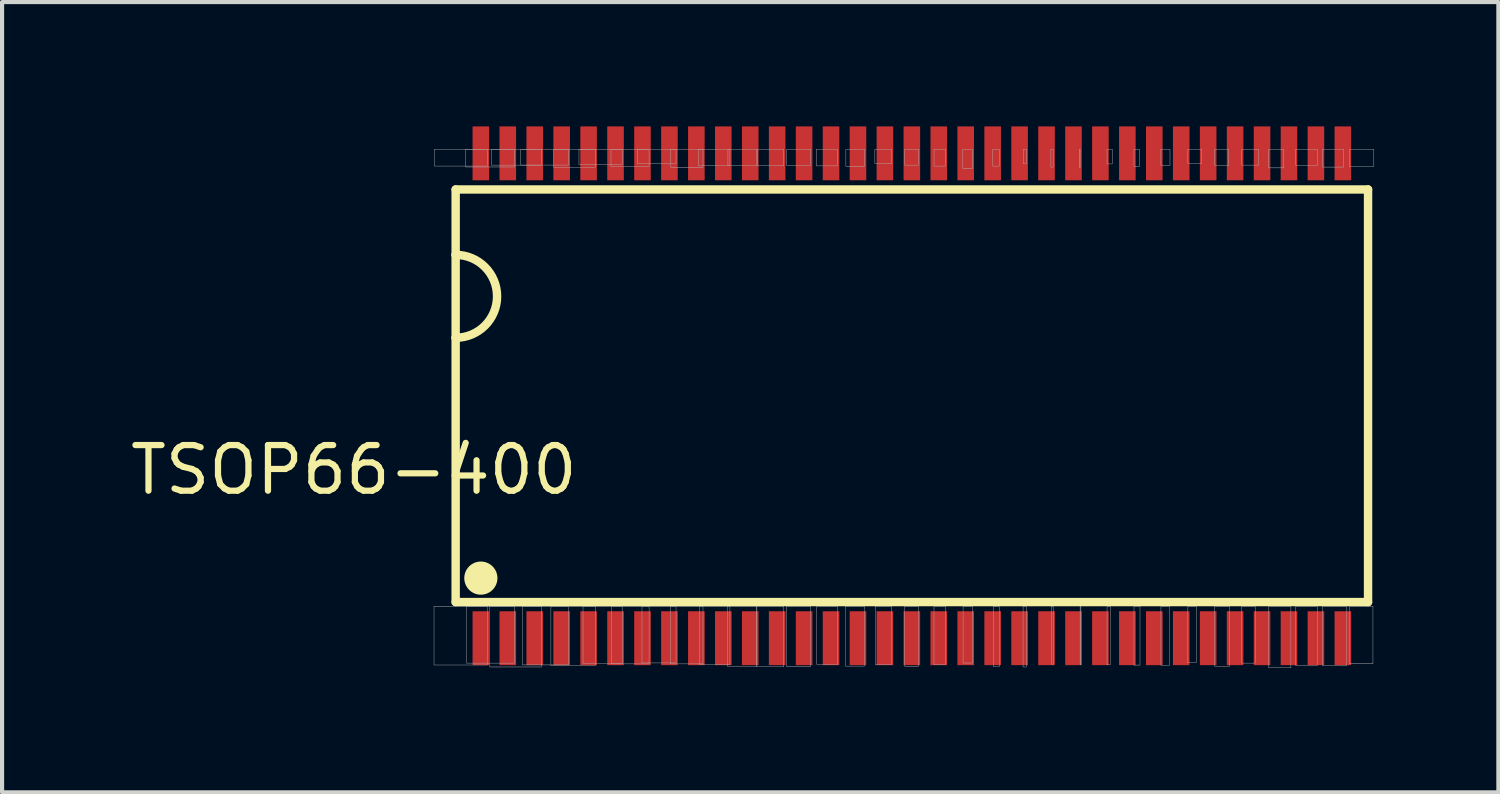
<source format=kicad_pcb>
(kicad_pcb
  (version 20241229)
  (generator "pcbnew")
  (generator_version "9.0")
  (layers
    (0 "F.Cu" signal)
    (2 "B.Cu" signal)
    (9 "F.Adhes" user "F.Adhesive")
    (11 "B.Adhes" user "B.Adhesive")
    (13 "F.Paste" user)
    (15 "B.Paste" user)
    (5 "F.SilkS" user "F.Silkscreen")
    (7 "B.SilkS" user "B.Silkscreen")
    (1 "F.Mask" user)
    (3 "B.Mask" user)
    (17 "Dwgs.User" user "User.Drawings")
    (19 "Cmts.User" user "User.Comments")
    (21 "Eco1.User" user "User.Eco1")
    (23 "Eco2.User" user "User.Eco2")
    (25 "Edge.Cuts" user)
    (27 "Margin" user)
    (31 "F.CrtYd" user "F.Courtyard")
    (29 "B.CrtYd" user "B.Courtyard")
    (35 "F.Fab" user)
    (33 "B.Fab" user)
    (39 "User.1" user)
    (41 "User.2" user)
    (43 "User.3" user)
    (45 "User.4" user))
  (footprint "TSOP66-400"
    (layer "F.Cu")
    (at 18.953 6.5)
    (property "Reference" "TSOP66-400" (at -13.466 1.789 180) (layer "F.SilkS") (effects (font (size 1.101 1.101) (thickness 0.15))))
    (attr smd)
    (fp_line (start -11.008 -4.978) (end -11.008 -3.4) (stroke (width 0.203) (type solid)) (layer "F.SilkS"))
    (fp_line (start -11.008 -3.4) (end -11.008 -1.4) (stroke (width 0.203) (type solid)) (layer "F.SilkS"))
    (fp_line (start -11.008 -1.4) (end -11.008 4.978) (stroke (width 0.203) (type solid)) (layer "F.SilkS"))
    (fp_line (start -11.008 4.978) (end 11.008 4.978) (stroke (width 0.203) (type solid)) (layer "F.SilkS"))
    (fp_line (start 11.008 -4.978) (end -11.008 -4.978) (stroke (width 0.203) (type solid)) (layer "F.SilkS"))
    (fp_line (start 11.008 4.978) (end 11.008 -4.978) (stroke (width 0.203) (type solid)) (layer "F.SilkS"))
    (fp_arc (start -11.0084 -3.4) (mid -10.0084 -2.4) (end -11.0084 -1.4) (stroke (width 0.2032) (type solid)) (layer "F.SilkS"))
    (fp_circle (center -10.4 4.4) (end -10 4.4) (stroke (width 0) (type solid)) (fill yes) (layer "F.SilkS"))
    (fp_poly (pts (xy -11.53 5.08) (xy -10.24 5.08) (xy -10.24 6.497) (xy -11.53 6.497)) (stroke (width 0.01) (type solid)) (fill no) (layer "F.Fab"))
    (fp_poly (pts (xy -11.522 -5.95) (xy -10.24 -5.95) (xy -10.24 -5.543) (xy -11.522 -5.543)) (stroke (width 0.01) (type solid)) (fill no) (layer "F.Fab"))
    (fp_poly (pts (xy -10.77 -5.95) (xy -9.59 -5.95) (xy -9.59 -5.521) (xy -10.77 -5.521)) (stroke (width 0.01) (type solid)) (fill no) (layer "F.Fab"))
    (fp_poly (pts (xy -10.745 5.08) (xy -9.59 5.08) (xy -9.59 6.452) (xy -10.745 6.452)) (stroke (width 0.01) (type solid)) (fill no) (layer "F.Fab"))
    (fp_poly (pts (xy -10.184 5.08) (xy -8.94 5.08) (xy -8.94 6.544) (xy -10.184 6.544)) (stroke (width 0.01) (type solid)) (fill no) (layer "F.Fab"))
    (fp_poly (pts (xy -10.145 -5.95) (xy -8.94 -5.95) (xy -8.94 -5.565) (xy -10.145 -5.565)) (stroke (width 0.01) (type solid)) (fill no) (layer "F.Fab"))
    (fp_poly (pts (xy -9.436 -5.95) (xy -8.29 -5.95) (xy -8.29 -5.567) (xy -9.436 -5.567)) (stroke (width 0.01) (type solid)) (fill no) (layer "F.Fab"))
    (fp_poly (pts (xy -9.397 5.08) (xy -8.29 5.08) (xy -8.29 6.494) (xy -9.397 6.494)) (stroke (width 0.01) (type solid)) (fill no) (layer "F.Fab"))
    (fp_poly (pts (xy -8.71 5.08) (xy -7.64 5.08) (xy -7.64 6.511) (xy -8.71 6.511)) (stroke (width 0.01) (type solid)) (fill no) (layer "F.Fab"))
    (fp_poly (pts (xy -8.643 -5.95) (xy -7.64 -5.95) (xy -7.64 -5.516) (xy -8.643 -5.516)) (stroke (width 0.01) (type solid)) (fill no) (layer "F.Fab"))
    (fp_poly (pts (xy -8.033 -5.95) (xy -6.99 -5.95) (xy -6.99 -5.582) (xy -8.033 -5.582)) (stroke (width 0.01) (type solid)) (fill no) (layer "F.Fab"))
    (fp_poly (pts (xy -7.935 5.08) (xy -6.99 5.08) (xy -6.99 6.459) (xy -7.935 6.459)) (stroke (width 0.01) (type solid)) (fill no) (layer "F.Fab"))
    (fp_poly (pts (xy -7.26 -5.95) (xy -6.34 -5.95) (xy -6.34 -5.538) (xy -7.26 -5.538)) (stroke (width 0.01) (type solid)) (fill no) (layer "F.Fab"))
    (fp_poly (pts (xy -7.241 5.08) (xy -6.34 5.08) (xy -6.34 6.469) (xy -7.241 6.469)) (stroke (width 0.01) (type solid)) (fill no) (layer "F.Fab"))
    (fp_poly (pts (xy -6.624 -5.95) (xy -5.69 -5.95) (xy -5.69 -5.599) (xy -6.624 -5.599)) (stroke (width 0.01) (type solid)) (fill no) (layer "F.Fab"))
    (fp_poly (pts (xy -6.512 5.08) (xy -5.69 5.08) (xy -5.69 6.447) (xy -6.512 6.447)) (stroke (width 0.01) (type solid)) (fill no) (layer "F.Fab"))
    (fp_poly (pts (xy -5.828 5.08) (xy -5.04 5.08) (xy -5.04 6.469) (xy -5.828 6.469)) (stroke (width 0.01) (type solid)) (fill no) (layer "F.Fab"))
    (fp_poly (pts (xy -5.816 -5.95) (xy -5.04 -5.95) (xy -5.04 -5.513) (xy -5.816 -5.513)) (stroke (width 0.01) (type solid)) (fill no) (layer "F.Fab"))
    (fp_poly (pts (xy -5.152 -5.95) (xy -4.39 -5.95) (xy -4.39 -5.557) (xy -5.152 -5.557)) (stroke (width 0.01) (type solid)) (fill no) (layer "F.Fab"))
    (fp_poly (pts (xy -5.13 5.08) (xy -4.39 5.08) (xy -4.39 6.481) (xy -5.13 6.481)) (stroke (width 0.01) (type solid)) (fill no) (layer "F.Fab"))
    (fp_poly (pts (xy -4.454 5.08) (xy -3.74 5.08) (xy -3.74 6.527) (xy -4.454 6.527)) (stroke (width 0.01) (type solid)) (fill no) (layer "F.Fab"))
    (fp_poly (pts (xy -4.438 -5.95) (xy -3.74 -5.95) (xy -3.74 -5.553) (xy -4.438 -5.553)) (stroke (width 0.01) (type solid)) (fill no) (layer "F.Fab"))
    (fp_poly (pts (xy -3.747 5.08) (xy -3.09 5.08) (xy -3.09 6.538) (xy -3.747 6.538)) (stroke (width 0.01) (type solid)) (fill no) (layer "F.Fab"))
    (fp_poly (pts (xy -3.726 -5.95) (xy -3.09 -5.95) (xy -3.09 -5.551) (xy -3.726 -5.551)) (stroke (width 0.01) (type solid)) (fill no) (layer "F.Fab"))
    (fp_poly (pts (xy -3.027 5.08) (xy -2.44 5.08) (xy -2.44 6.526) (xy -3.027 6.526)) (stroke (width 0.01) (type solid)) (fill no) (layer "F.Fab"))
    (fp_poly (pts (xy -3.022 -5.95) (xy -2.44 -5.95) (xy -2.44 -5.562) (xy -3.022 -5.562)) (stroke (width 0.01) (type solid)) (fill no) (layer "F.Fab"))
    (fp_poly (pts (xy -2.304 -5.95) (xy -1.79 -5.95) (xy -1.79 -5.548) (xy -2.304 -5.548)) (stroke (width 0.01) (type solid)) (fill no) (layer "F.Fab"))
    (fp_poly (pts (xy -2.297 5.08) (xy -1.79 5.08) (xy -1.79 6.479) (xy -2.297 6.479)) (stroke (width 0.01) (type solid)) (fill no) (layer "F.Fab"))
    (fp_poly (pts (xy -1.601 5.08) (xy -1.14 5.08) (xy -1.14 6.524) (xy -1.601 6.524)) (stroke (width 0.01) (type solid)) (fill no) (layer "F.Fab"))
    (fp_poly (pts (xy -1.592 -5.95) (xy -1.14 -5.95) (xy -1.14 -5.539) (xy -1.592 -5.539)) (stroke (width 0.01) (type solid)) (fill no) (layer "F.Fab"))
    (fp_poly (pts (xy -0.893 -5.95) (xy -0.49 -5.95) (xy -0.49 -5.603) (xy -0.893 -5.603)) (stroke (width 0.01) (type solid)) (fill no) (layer "F.Fab"))
    (fp_poly (pts (xy -0.883 5.08) (xy -0.49 5.08) (xy -0.49 6.489) (xy -0.883 6.489)) (stroke (width 0.01) (type solid)) (fill no) (layer "F.Fab"))
    (fp_poly (pts (xy -0.175 5.08) (xy 0.16 5.08) (xy 0.16 6.526) (xy -0.175 6.526)) (stroke (width 0.01) (type solid)) (fill no) (layer "F.Fab"))
    (fp_poly (pts (xy -0.175 -5.95) (xy 0.16 -5.95) (xy 0.16 -5.565) (xy -0.175 -5.565)) (stroke (width 0.01) (type solid)) (fill no) (layer "F.Fab"))
    (fp_poly (pts (xy 0.534 5.08) (xy 0.81 5.08) (xy 0.81 6.489) (xy 0.534 6.489)) (stroke (width 0.01) (type solid)) (fill no) (layer "F.Fab"))
    (fp_poly (pts (xy 0.535 -5.95) (xy 0.81 -5.95) (xy 0.81 -5.541) (xy 0.535 -5.541)) (stroke (width 0.01) (type solid)) (fill no) (layer "F.Fab"))
    (fp_poly (pts (xy 1.23 -5.95) (xy 1.46 -5.95) (xy 1.46 -5.481) (xy 1.23 -5.481)) (stroke (width 0.01) (type solid)) (fill no) (layer "F.Fab"))
    (fp_poly (pts (xy 1.236 5.08) (xy 1.46 5.08) (xy 1.46 6.449) (xy 1.236 6.449)) (stroke (width 0.01) (type solid)) (fill no) (layer "F.Fab"))
    (fp_poly (pts (xy 1.953 -5.95) (xy 2.11 -5.95) (xy 2.11 -5.541) (xy 1.953 -5.541)) (stroke (width 0.01) (type solid)) (fill no) (layer "F.Fab"))
    (fp_poly (pts (xy 1.966 5.08) (xy 2.11 5.08) (xy 2.11 6.535) (xy 1.966 6.535)) (stroke (width 0.01) (type solid)) (fill no) (layer "F.Fab"))
    (fp_poly (pts (xy 2.684 5.08) (xy 2.76 5.08) (xy 2.76 6.545) (xy 2.684 6.545)) (stroke (width 0.01) (type solid)) (fill no) (layer "F.Fab"))
    (fp_poly (pts (xy 2.688 -5.95) (xy 2.76 -5.95) (xy 2.76 -5.597) (xy 2.688 -5.597)) (stroke (width 0.01) (type solid)) (fill no) (layer "F.Fab"))
    (fp_poly (pts (xy 3.355 -5.95) (xy 3.41 -5.95) (xy 3.41 -5.516) (xy 3.355 -5.516)) (stroke (width 0.01) (type solid)) (fill no) (layer "F.Fab"))
    (fp_poly (pts (xy 3.363 5.08) (xy 3.41 5.08) (xy 3.41 6.476) (xy 3.363 6.476)) (stroke (width 0.01) (type solid)) (fill no) (layer "F.Fab"))
    (fp_poly (pts (xy 4.047 -5.95) (xy 4.06 -5.95) (xy 4.06 -5.497) (xy 4.047 -5.497)) (stroke (width 0.01) (type solid)) (fill no) (layer "F.Fab"))
    (fp_poly (pts (xy 4.079 5.08) (xy 4.06 5.08) (xy 4.06 6.489) (xy 4.079 6.489)) (stroke (width 0.01) (type solid)) (fill no) (layer "F.Fab"))
    (fp_poly (pts (xy 4.789 5.08) (xy 4.71 5.08) (xy 4.71 6.49) (xy 4.789 6.49)) (stroke (width 0.01) (type solid)) (fill no) (layer "F.Fab"))
    (fp_poly (pts (xy 4.835 -5.95) (xy 4.71 -5.95) (xy 4.71 -5.594) (xy 4.835 -5.594)) (stroke (width 0.01) (type solid)) (fill no) (layer "F.Fab"))
    (fp_poly (pts (xy 5.495 -5.95) (xy 5.36 -5.95) (xy 5.36 -5.539) (xy 5.495 -5.539)) (stroke (width 0.01) (type solid)) (fill no) (layer "F.Fab"))
    (fp_poly (pts (xy 5.505 5.08) (xy 5.36 5.08) (xy 5.36 6.499) (xy 5.505 6.499)) (stroke (width 0.01) (type solid)) (fill no) (layer "F.Fab"))
    (fp_poly (pts (xy 6.219 5.08) (xy 6.01 5.08) (xy 6.01 6.503) (xy 6.219 6.503)) (stroke (width 0.01) (type solid)) (fill no) (layer "F.Fab"))
    (fp_poly (pts (xy 6.229 -5.95) (xy 6.01 -5.95) (xy 6.01 -5.561) (xy 6.229 -5.561)) (stroke (width 0.01) (type solid)) (fill no) (layer "F.Fab"))
    (fp_poly (pts (xy 6.864 5.08) (xy 6.66 5.08) (xy 6.66 6.442) (xy 6.864 6.442)) (stroke (width 0.01) (type solid)) (fill no) (layer "F.Fab"))
    (fp_poly (pts (xy 6.99 -5.95) (xy 6.66 -5.95) (xy 6.66 -5.601) (xy 6.99 -5.601)) (stroke (width 0.01) (type solid)) (fill no) (layer "F.Fab"))
    (fp_poly (pts (xy 7.644 -5.95) (xy 7.31 -5.95) (xy 7.31 -5.556) (xy 7.644 -5.556)) (stroke (width 0.01) (type solid)) (fill no) (layer "F.Fab"))
    (fp_poly (pts (xy 7.667 5.08) (xy 7.31 5.08) (xy 7.31 6.527) (xy 7.667 6.527)) (stroke (width 0.01) (type solid)) (fill no) (layer "F.Fab"))
    (fp_poly (pts (xy 8.285 5.08) (xy 7.96 5.08) (xy 7.96 6.452) (xy 8.285 6.452)) (stroke (width 0.01) (type solid)) (fill no) (layer "F.Fab"))
    (fp_poly (pts (xy 8.369 -5.95) (xy 7.96 -5.95) (xy 7.96 -5.565) (xy 8.369 -5.565)) (stroke (width 0.01) (type solid)) (fill no) (layer "F.Fab"))
    (fp_poly (pts (xy 8.975 -5.95) (xy 8.61 -5.95) (xy 8.61 -5.5) (xy 8.975 -5.5)) (stroke (width 0.01) (type solid)) (fill no) (layer "F.Fab"))
    (fp_poly (pts (xy 9.146 5.08) (xy 8.61 5.08) (xy 8.61 6.564) (xy 9.146 6.564)) (stroke (width 0.01) (type solid)) (fill no) (layer "F.Fab"))
    (fp_poly (pts (xy 9.782 5.08) (xy 9.26 5.08) (xy 9.26 6.511) (xy 9.782 6.511)) (stroke (width 0.01) (type solid)) (fill no) (layer "F.Fab"))
    (fp_poly (pts (xy 9.788 -5.95) (xy 9.26 -5.95) (xy 9.26 -5.562) (xy 9.788 -5.562)) (stroke (width 0.01) (type solid)) (fill no) (layer "F.Fab"))
    (fp_poly (pts (xy 10.416 -5.95) (xy 9.91 -5.95) (xy 9.91 -5.518) (xy 10.416 -5.518)) (stroke (width 0.01) (type solid)) (fill no) (layer "F.Fab"))
    (fp_poly (pts (xy 10.496 5.08) (xy 9.91 5.08) (xy 9.91 6.512) (xy 10.496 6.512)) (stroke (width 0.01) (type solid)) (fill no) (layer "F.Fab"))
    (fp_poly (pts (xy 11.126 5.08) (xy 10.56 5.08) (xy 10.56 6.465) (xy 11.126 6.465)) (stroke (width 0.01) (type solid)) (fill no) (layer "F.Fab"))
    (fp_poly (pts (xy 11.147 -5.95) (xy 10.56 -5.95) (xy 10.56 -5.53) (xy 11.147 -5.53)) (stroke (width 0.01) (type solid)) (fill no) (layer "F.Fab"))
    (pad "1" smd rect (at -10.4 5.85) (size 0.4 1.3) (layers "F.Cu" "F.Mask" "F.Paste"))
    (pad "2" smd rect (at -9.75 5.85) (size 0.4 1.3) (layers "F.Cu" "F.Mask" "F.Paste"))
    (pad "3" smd rect (at -9.1 5.85) (size 0.4 1.3) (layers "F.Cu" "F.Mask" "F.Paste"))
    (pad "4" smd rect (at -8.45 5.85) (size 0.4 1.3) (layers "F.Cu" "F.Mask" "F.Paste"))
    (pad "5" smd rect (at -7.8 5.85) (size 0.4 1.3) (layers "F.Cu" "F.Mask" "F.Paste"))
    (pad "6" smd rect (at -7.15 5.85) (size 0.4 1.3) (layers "F.Cu" "F.Mask" "F.Paste"))
    (pad "7" smd rect (at -6.5 5.85) (size 0.4 1.3) (layers "F.Cu" "F.Mask" "F.Paste"))
    (pad "8" smd rect (at -5.85 5.85) (size 0.4 1.3) (layers "F.Cu" "F.Mask" "F.Paste"))
    (pad "9" smd rect (at -5.2 5.85) (size 0.4 1.3) (layers "F.Cu" "F.Mask" "F.Paste"))
    (pad "10" smd rect (at -4.55 5.85) (size 0.4 1.3) (layers "F.Cu" "F.Mask" "F.Paste"))
    (pad "11" smd rect (at -3.9 5.85) (size 0.4 1.3) (layers "F.Cu" "F.Mask" "F.Paste"))
    (pad "12" smd rect (at -3.25 5.85) (size 0.4 1.3) (layers "F.Cu" "F.Mask" "F.Paste"))
    (pad "13" smd rect (at -2.6 5.85) (size 0.4 1.3) (layers "F.Cu" "F.Mask" "F.Paste"))
    (pad "14" smd rect (at -1.95 5.85) (size 0.4 1.3) (layers "F.Cu" "F.Mask" "F.Paste"))
    (pad "15" smd rect (at -1.3 5.85) (size 0.4 1.3) (layers "F.Cu" "F.Mask" "F.Paste"))
    (pad "16" smd rect (at -0.65 5.85) (size 0.4 1.3) (layers "F.Cu" "F.Mask" "F.Paste"))
    (pad "17" smd rect (at 0 5.85) (size 0.4 1.3) (layers "F.Cu" "F.Mask" "F.Paste"))
    (pad "18" smd rect (at 0.65 5.85) (size 0.4 1.3) (layers "F.Cu" "F.Mask" "F.Paste"))
    (pad "19" smd rect (at 1.3 5.85) (size 0.4 1.3) (layers "F.Cu" "F.Mask" "F.Paste"))
    (pad "20" smd rect (at 1.95 5.85) (size 0.4 1.3) (layers "F.Cu" "F.Mask" "F.Paste"))
    (pad "21" smd rect (at 2.6 5.85) (size 0.4 1.3) (layers "F.Cu" "F.Mask" "F.Paste"))
    (pad "22" smd rect (at 3.25 5.85) (size 0.4 1.3) (layers "F.Cu" "F.Mask" "F.Paste"))
    (pad "23" smd rect (at 3.9 5.85) (size 0.4 1.3) (layers "F.Cu" "F.Mask" "F.Paste"))
    (pad "24" smd rect (at 4.55 5.85) (size 0.4 1.3) (layers "F.Cu" "F.Mask" "F.Paste"))
    (pad "25" smd rect (at 5.2 5.85) (size 0.4 1.3) (layers "F.Cu" "F.Mask" "F.Paste"))
    (pad "26" smd rect (at 5.85 5.85) (size 0.4 1.3) (layers "F.Cu" "F.Mask" "F.Paste"))
    (pad "27" smd rect (at 6.5 5.85) (size 0.4 1.3) (layers "F.Cu" "F.Mask" "F.Paste"))
    (pad "28" smd rect (at 7.15 5.85) (size 0.4 1.3) (layers "F.Cu" "F.Mask" "F.Paste"))
    (pad "29" smd rect (at 7.8 5.85) (size 0.4 1.3) (layers "F.Cu" "F.Mask" "F.Paste"))
    (pad "30" smd rect (at 8.45 5.85) (size 0.4 1.3) (layers "F.Cu" "F.Mask" "F.Paste"))
    (pad "31" smd rect (at 9.1 5.85) (size 0.4 1.3) (layers "F.Cu" "F.Mask" "F.Paste"))
    (pad "32" smd rect (at 9.75 5.85) (size 0.4 1.3) (layers "F.Cu" "F.Mask" "F.Paste"))
    (pad "33" smd rect (at 10.4 5.85) (size 0.4 1.3) (layers "F.Cu" "F.Mask" "F.Paste"))
    (pad "34" smd rect (at 10.4 -5.85) (size 0.4 1.3) (layers "F.Cu" "F.Mask" "F.Paste"))
    (pad "35" smd rect (at 9.75 -5.85) (size 0.4 1.3) (layers "F.Cu" "F.Mask" "F.Paste"))
    (pad "36" smd rect (at 9.1 -5.85) (size 0.4 1.3) (layers "F.Cu" "F.Mask" "F.Paste"))
    (pad "37" smd rect (at 8.45 -5.85) (size 0.4 1.3) (layers "F.Cu" "F.Mask" "F.Paste"))
    (pad "38" smd rect (at 7.8 -5.85) (size 0.4 1.3) (layers "F.Cu" "F.Mask" "F.Paste"))
    (pad "39" smd rect (at 7.15 -5.85) (size 0.4 1.3) (layers "F.Cu" "F.Mask" "F.Paste"))
    (pad "40" smd rect (at 6.5 -5.85) (size 0.4 1.3) (layers "F.Cu" "F.Mask" "F.Paste"))
    (pad "41" smd rect (at 5.85 -5.85) (size 0.4 1.3) (layers "F.Cu" "F.Mask" "F.Paste"))
    (pad "42" smd rect (at 5.2 -5.85) (size 0.4 1.3) (layers "F.Cu" "F.Mask" "F.Paste"))
    (pad "43" smd rect (at 4.55 -5.85) (size 0.4 1.3) (layers "F.Cu" "F.Mask" "F.Paste"))
    (pad "44" smd rect (at 3.9 -5.85) (size 0.4 1.3) (layers "F.Cu" "F.Mask" "F.Paste"))
    (pad "45" smd rect (at 3.25 -5.85) (size 0.4 1.3) (layers "F.Cu" "F.Mask" "F.Paste"))
    (pad "46" smd rect (at 2.6 -5.85) (size 0.4 1.3) (layers "F.Cu" "F.Mask" "F.Paste"))
    (pad "47" smd rect (at 1.95 -5.85) (size 0.4 1.3) (layers "F.Cu" "F.Mask" "F.Paste"))
    (pad "48" smd rect (at 1.3 -5.85) (size 0.4 1.3) (layers "F.Cu" "F.Mask" "F.Paste"))
    (pad "49" smd rect (at 0.65 -5.85) (size 0.4 1.3) (layers "F.Cu" "F.Mask" "F.Paste"))
    (pad "50" smd rect (at 0 -5.85) (size 0.4 1.3) (layers "F.Cu" "F.Mask" "F.Paste"))
    (pad "51" smd rect (at -0.65 -5.85) (size 0.4 1.3) (layers "F.Cu" "F.Mask" "F.Paste"))
    (pad "52" smd rect (at -1.3 -5.85) (size 0.4 1.3) (layers "F.Cu" "F.Mask" "F.Paste"))
    (pad "53" smd rect (at -1.95 -5.85) (size 0.4 1.3) (layers "F.Cu" "F.Mask" "F.Paste"))
    (pad "54" smd rect (at -2.6 -5.85) (size 0.4 1.3) (layers "F.Cu" "F.Mask" "F.Paste"))
    (pad "55" smd rect (at -3.25 -5.85) (size 0.4 1.3) (layers "F.Cu" "F.Mask" "F.Paste"))
    (pad "56" smd rect (at -3.9 -5.85) (size 0.4 1.3) (layers "F.Cu" "F.Mask" "F.Paste"))
    (pad "57" smd rect (at -4.55 -5.85) (size 0.4 1.3) (layers "F.Cu" "F.Mask" "F.Paste"))
    (pad "58" smd rect (at -5.2 -5.85) (size 0.4 1.3) (layers "F.Cu" "F.Mask" "F.Paste"))
    (pad "59" smd rect (at -5.85 -5.85) (size 0.4 1.3) (layers "F.Cu" "F.Mask" "F.Paste"))
    (pad "60" smd rect (at -6.5 -5.85) (size 0.4 1.3) (layers "F.Cu" "F.Mask" "F.Paste"))
    (pad "61" smd rect (at -7.15 -5.85) (size 0.4 1.3) (layers "F.Cu" "F.Mask" "F.Paste"))
    (pad "62" smd rect (at -7.8 -5.85) (size 0.4 1.3) (layers "F.Cu" "F.Mask" "F.Paste"))
    (pad "63" smd rect (at -8.45 -5.85) (size 0.4 1.3) (layers "F.Cu" "F.Mask" "F.Paste"))
    (pad "64" smd rect (at -9.1 -5.85) (size 0.4 1.3) (layers "F.Cu" "F.Mask" "F.Paste"))
    (pad "65" smd rect (at -9.75 -5.85) (size 0.4 1.3) (layers "F.Cu" "F.Mask" "F.Paste"))
    (pad "66" smd rect (at -10.4 -5.85) (size 0.4 1.3) (layers "F.Cu" "F.Mask" "F.Paste")))
  (gr_rect
    (start -3 -3)
    (end 33.106 16.069)
    (stroke (width 0.1) (type default))
    (fill no)
    (layer "Edge.Cuts")))
</source>
